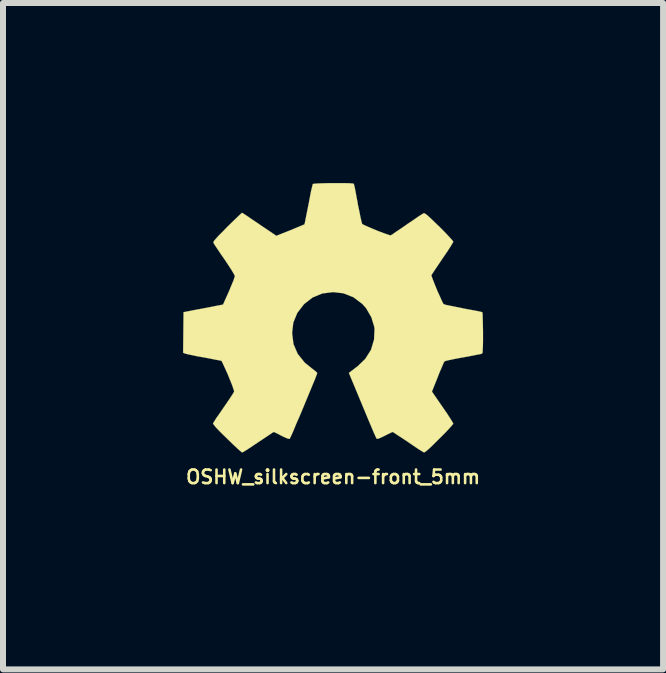
<source format=kicad_pcb>
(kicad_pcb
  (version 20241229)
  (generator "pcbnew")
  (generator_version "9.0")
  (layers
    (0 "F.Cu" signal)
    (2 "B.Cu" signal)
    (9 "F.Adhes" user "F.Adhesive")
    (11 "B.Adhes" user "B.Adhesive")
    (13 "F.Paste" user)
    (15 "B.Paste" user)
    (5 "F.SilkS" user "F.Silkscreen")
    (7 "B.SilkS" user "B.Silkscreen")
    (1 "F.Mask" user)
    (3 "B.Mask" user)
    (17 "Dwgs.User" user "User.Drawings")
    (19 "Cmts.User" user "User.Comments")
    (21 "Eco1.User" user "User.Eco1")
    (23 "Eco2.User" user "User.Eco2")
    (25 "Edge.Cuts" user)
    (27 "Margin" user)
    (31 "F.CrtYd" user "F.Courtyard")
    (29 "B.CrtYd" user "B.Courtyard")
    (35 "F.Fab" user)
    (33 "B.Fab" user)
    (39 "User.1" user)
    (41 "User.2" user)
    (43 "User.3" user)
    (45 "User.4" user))
  (footprint "OSHW_silkscreen-front_5mm"
    (layer "F.Cu")
    (at 2.501 2.247)
    (property "Reference" "OSHW_silkscreen-front_5mm" (at 0 2.652 0) (layer "F.SilkS") (effects (font (size 0.226 0.226) (thickness 0.043))))
    (attr through_hole)
    (fp_poly (pts (xy -1.514 2.245) (xy -1.488 2.23) (xy -1.43 2.195) (xy -1.346 2.139) (xy -1.247 2.073) (xy -1.148 2.007) (xy -1.067 1.953) (xy -1.011 1.915) (xy -0.986 1.902) (xy -0.973 1.908) (xy -0.927 1.93) (xy -0.859 1.966) (xy -0.818 1.986) (xy -0.757 2.012) (xy -0.724 2.019) (xy -0.719 2.009) (xy -0.696 1.961) (xy -0.66 1.88) (xy -0.615 1.77) (xy -0.559 1.643) (xy -0.503 1.509) (xy -0.445 1.369) (xy -0.389 1.234) (xy -0.34 1.115) (xy -0.3 1.019) (xy -0.274 0.95) (xy -0.264 0.922) (xy -0.267 0.914) (xy -0.3 0.884) (xy -0.353 0.843) (xy -0.472 0.747) (xy -0.589 0.602) (xy -0.66 0.437) (xy -0.683 0.251) (xy -0.663 0.081) (xy -0.597 -0.081) (xy -0.483 -0.229) (xy -0.343 -0.338) (xy -0.18 -0.406) (xy 0 -0.429) (xy 0.173 -0.409) (xy 0.34 -0.343) (xy 0.488 -0.231) (xy 0.551 -0.16) (xy 0.638 -0.01) (xy 0.686 0.147) (xy 0.691 0.188) (xy 0.683 0.363) (xy 0.632 0.533) (xy 0.538 0.683) (xy 0.409 0.808) (xy 0.394 0.818) (xy 0.335 0.864) (xy 0.295 0.894) (xy 0.264 0.919) (xy 0.488 1.458) (xy 0.523 1.542) (xy 0.584 1.689) (xy 0.638 1.816) (xy 0.681 1.918) (xy 0.711 1.984) (xy 0.724 2.012) (xy 0.724 2.014) (xy 0.744 2.017) (xy 0.785 2.002) (xy 0.861 1.966) (xy 0.909 1.941) (xy 0.968 1.913) (xy 0.993 1.902) (xy 1.016 1.915) (xy 1.069 1.951) (xy 1.151 2.004) (xy 1.247 2.068) (xy 1.339 2.131) (xy 1.422 2.187) (xy 1.483 2.225) (xy 1.514 2.243) (xy 1.519 2.243) (xy 1.544 2.228) (xy 1.593 2.187) (xy 1.666 2.118) (xy 1.77 2.014) (xy 1.786 1.999) (xy 1.872 1.913) (xy 1.941 1.839) (xy 1.986 1.788) (xy 2.004 1.765) (xy 1.989 1.735) (xy 1.951 1.674) (xy 1.895 1.587) (xy 1.826 1.488) (xy 1.648 1.229) (xy 1.745 0.986) (xy 1.775 0.909) (xy 1.814 0.82) (xy 1.841 0.754) (xy 1.857 0.726) (xy 1.882 0.716) (xy 1.951 0.701) (xy 2.047 0.681) (xy 2.162 0.66) (xy 2.273 0.64) (xy 2.372 0.62) (xy 2.443 0.607) (xy 2.477 0.599) (xy 2.484 0.594) (xy 2.492 0.579) (xy 2.494 0.546) (xy 2.497 0.485) (xy 2.499 0.391) (xy 2.499 0.251) (xy 2.499 0.236) (xy 2.497 0.107) (xy 2.494 0) (xy 2.492 -0.066) (xy 2.487 -0.094) (xy 2.456 -0.102) (xy 2.385 -0.117) (xy 2.286 -0.135) (xy 2.167 -0.157) (xy 2.159 -0.16) (xy 2.042 -0.183) (xy 1.943 -0.203) (xy 1.872 -0.218) (xy 1.844 -0.229) (xy 1.836 -0.236) (xy 1.814 -0.282) (xy 1.781 -0.356) (xy 1.74 -0.445) (xy 1.702 -0.538) (xy 1.669 -0.622) (xy 1.646 -0.683) (xy 1.638 -0.711) (xy 1.641 -0.714) (xy 1.659 -0.742) (xy 1.699 -0.803) (xy 1.755 -0.886) (xy 1.824 -0.988) (xy 1.829 -0.996) (xy 1.897 -1.095) (xy 1.953 -1.181) (xy 1.989 -1.24) (xy 2.004 -1.267) (xy 2.004 -1.27) (xy 1.981 -1.3) (xy 1.93 -1.356) (xy 1.857 -1.433) (xy 1.77 -1.521) (xy 1.742 -1.547) (xy 1.643 -1.643) (xy 1.577 -1.704) (xy 1.534 -1.737) (xy 1.514 -1.745) (xy 1.483 -1.727) (xy 1.42 -1.687) (xy 1.336 -1.628) (xy 1.234 -1.56) (xy 1.227 -1.554) (xy 1.128 -1.486) (xy 1.044 -1.43) (xy 0.986 -1.389) (xy 0.958 -1.374) (xy 0.955 -1.374) (xy 0.914 -1.387) (xy 0.843 -1.412) (xy 0.754 -1.445) (xy 0.663 -1.483) (xy 0.579 -1.519) (xy 0.516 -1.547) (xy 0.485 -1.565) (xy 0.475 -1.6) (xy 0.457 -1.676) (xy 0.437 -1.778) (xy 0.411 -1.9) (xy 0.409 -1.92) (xy 0.386 -2.04) (xy 0.368 -2.139) (xy 0.353 -2.207) (xy 0.345 -2.235) (xy 0.33 -2.238) (xy 0.272 -2.243) (xy 0.183 -2.245) (xy 0.074 -2.245) (xy -0.038 -2.245) (xy -0.147 -2.243) (xy -0.241 -2.24) (xy -0.31 -2.235) (xy -0.338 -2.23) (xy -0.338 -2.228) (xy -0.348 -2.189) (xy -0.366 -2.116) (xy -0.386 -2.012) (xy -0.409 -1.89) (xy -0.414 -1.867) (xy -0.437 -1.75) (xy -0.457 -1.651) (xy -0.47 -1.585) (xy -0.478 -1.557) (xy -0.49 -1.552) (xy -0.538 -1.532) (xy -0.617 -1.499) (xy -0.716 -1.458) (xy -0.945 -1.367) (xy -1.227 -1.557) (xy -1.252 -1.575) (xy -1.354 -1.643) (xy -1.435 -1.699) (xy -1.494 -1.737) (xy -1.516 -1.75) (xy -1.519 -1.75) (xy -1.547 -1.725) (xy -1.603 -1.671) (xy -1.679 -1.598) (xy -1.768 -1.511) (xy -1.831 -1.445) (xy -1.91 -1.367) (xy -1.958 -1.313) (xy -1.986 -1.28) (xy -1.994 -1.26) (xy -1.991 -1.245) (xy -1.974 -1.217) (xy -1.933 -1.156) (xy -1.875 -1.069) (xy -1.806 -0.97) (xy -1.75 -0.886) (xy -1.689 -0.792) (xy -1.651 -0.726) (xy -1.636 -0.693) (xy -1.641 -0.681) (xy -1.659 -0.625) (xy -1.694 -0.541) (xy -1.735 -0.442) (xy -1.834 -0.221) (xy -1.979 -0.193) (xy -2.068 -0.175) (xy -2.189 -0.152) (xy -2.309 -0.13) (xy -2.492 -0.094) (xy -2.499 0.582) (xy -2.471 0.594) (xy -2.443 0.602) (xy -2.375 0.617) (xy -2.278 0.638) (xy -2.162 0.658) (xy -2.065 0.676) (xy -1.966 0.696) (xy -1.895 0.709) (xy -1.864 0.716) (xy -1.854 0.726) (xy -1.831 0.775) (xy -1.796 0.851) (xy -1.755 0.942) (xy -1.717 1.036) (xy -1.681 1.125) (xy -1.659 1.191) (xy -1.648 1.224) (xy -1.661 1.252) (xy -1.699 1.311) (xy -1.753 1.392) (xy -1.821 1.491) (xy -1.887 1.587) (xy -1.946 1.671) (xy -1.984 1.732) (xy -2.002 1.76) (xy -1.991 1.778) (xy -1.953 1.826) (xy -1.88 1.902) (xy -1.768 2.012) (xy -1.75 2.029) (xy -1.664 2.113) (xy -1.59 2.182) (xy -1.537 2.228) (xy -1.514 2.245)) (stroke (width 0.003) (type solid)) (fill yes) (layer "F.SilkS")))
  (gr_rect
    (start -3 -3)
    (end 8.001 8.106)
    (stroke (width 0.1) (type default))
    (fill no)
    (layer "Edge.Cuts")))
</source>
